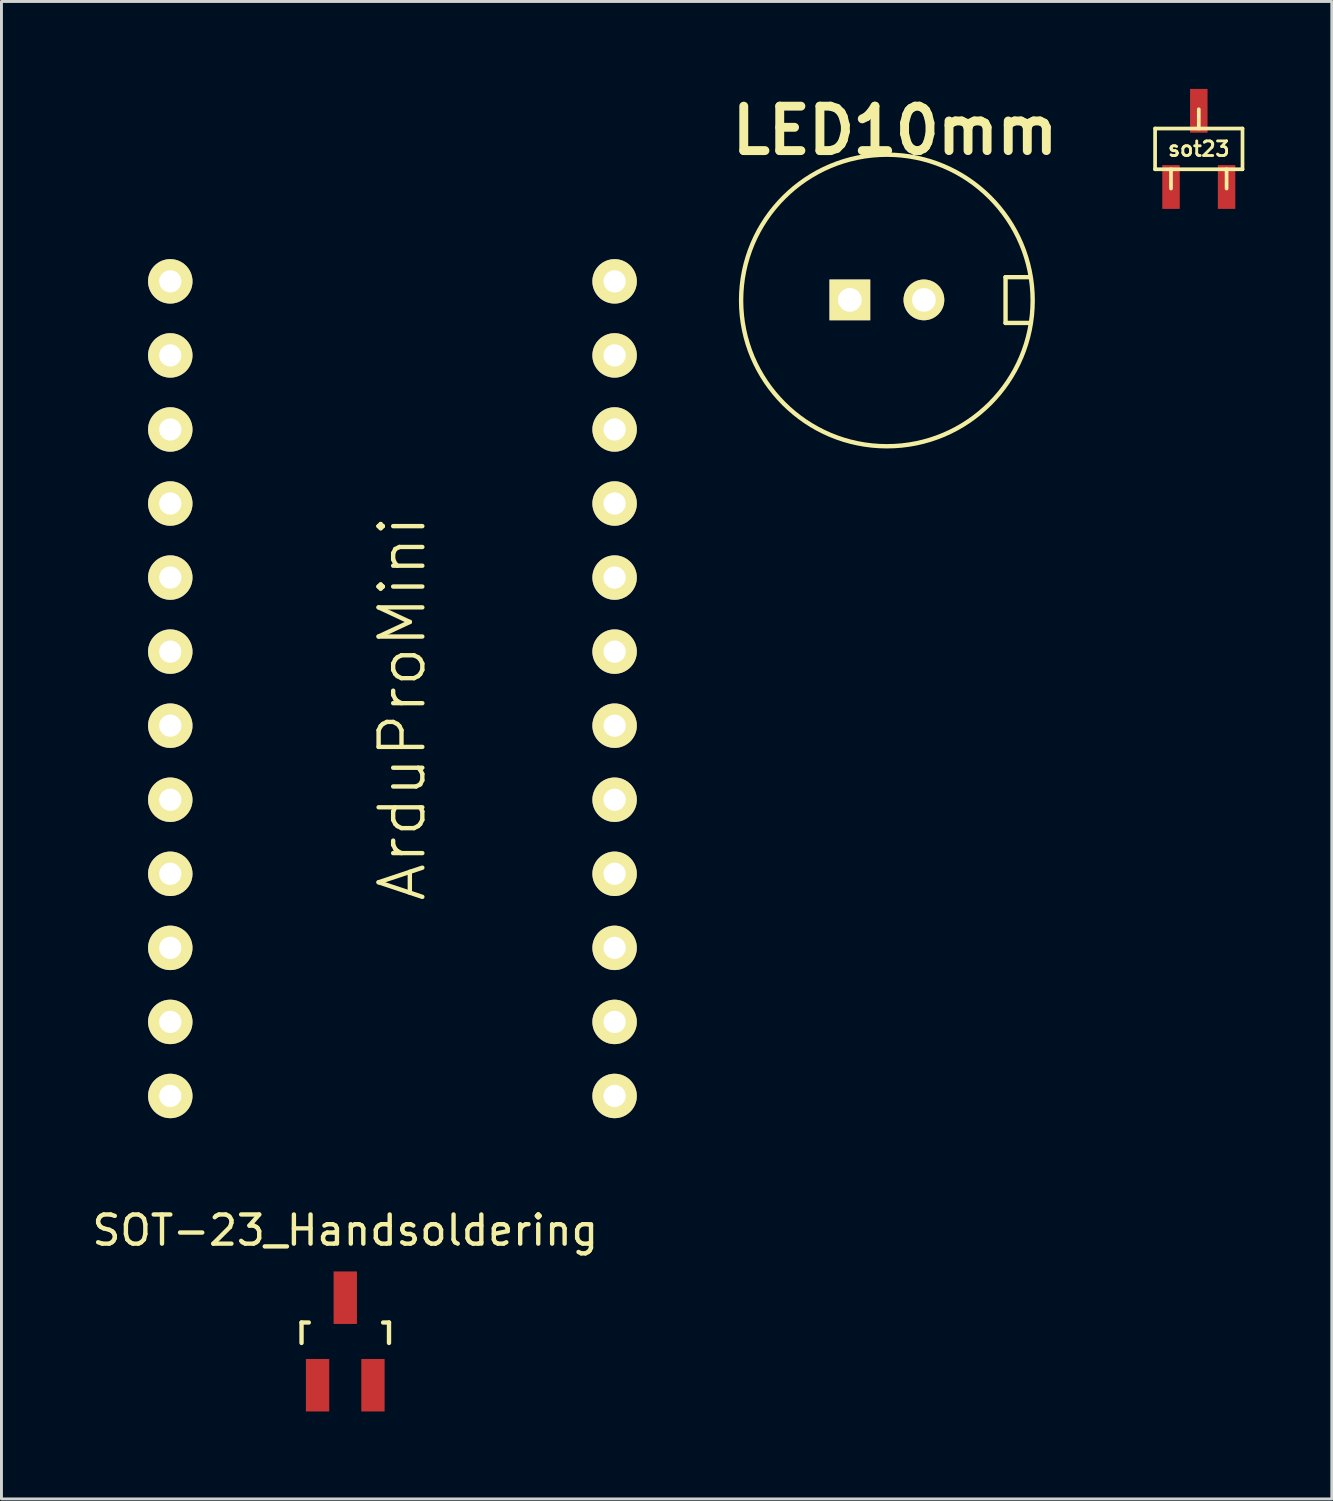
<source format=kicad_pcb>
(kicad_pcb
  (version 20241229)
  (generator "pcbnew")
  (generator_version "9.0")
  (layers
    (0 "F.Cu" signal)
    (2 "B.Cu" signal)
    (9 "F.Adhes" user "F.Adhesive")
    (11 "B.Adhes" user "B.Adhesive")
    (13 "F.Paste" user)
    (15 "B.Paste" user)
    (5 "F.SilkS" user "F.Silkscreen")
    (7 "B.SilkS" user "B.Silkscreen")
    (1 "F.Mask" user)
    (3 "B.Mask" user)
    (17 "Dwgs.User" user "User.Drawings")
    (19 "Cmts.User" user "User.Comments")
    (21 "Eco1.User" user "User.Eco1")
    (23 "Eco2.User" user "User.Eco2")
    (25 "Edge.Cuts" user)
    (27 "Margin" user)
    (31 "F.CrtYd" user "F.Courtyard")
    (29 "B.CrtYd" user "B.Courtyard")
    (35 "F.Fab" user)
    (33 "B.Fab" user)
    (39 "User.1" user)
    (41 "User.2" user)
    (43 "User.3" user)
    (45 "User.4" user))
  (footprint "SOT-23_Handsoldering"
    (layer "F.Cu")
    (at 8.792 42.96)
    (property "Reference" "SOT-23_Handsoldering" (at 0 -3.81 0) (layer "F.SilkS") (effects (font (size 1 1) (thickness 0.15))))
    (attr smd)
    (fp_line (start -1.5 -0.65) (end -1.251 -0.65) (stroke (width 0.15) (type solid)) (layer "F.SilkS"))
    (fp_line (start -1.5 0.051) (end -1.5 -0.65) (stroke (width 0.15) (type solid)) (layer "F.SilkS"))
    (fp_line (start 1.299 -0.65) (end 1.5 -0.65) (stroke (width 0.15) (type solid)) (layer "F.SilkS"))
    (fp_line (start 1.5 -0.65) (end 1.5 0.051) (stroke (width 0.15) (type solid)) (layer "F.SilkS"))
    (pad "1" smd rect (at -0.95 1.501) (size 0.8 1.801) (layers "F.Cu" "F.Mask" "F.Paste"))
    (pad "2" smd rect (at 0.95 1.501) (size 0.8 1.801) (layers "F.Cu" "F.Mask" "F.Paste"))
    (pad "3" smd rect (at 0 -1.501) (size 0.8 1.801) (layers "F.Cu" "F.Mask" "F.Paste")))
  (footprint "LED10mm"
    (layer "F.Cu")
    (at 27.369 7.236)
    (property "Reference" "LED10mm" (at 0.28 -5.81 0) (layer "F.SilkS") (effects (font (size 1.524 1.524) (thickness 0.305))))
    (fp_line (start 4.07 -0.78) (end 4.07 0.79) (stroke (width 0.15) (type solid)) (layer "F.SilkS"))
    (fp_line (start 4.07 0.79) (end 4.93 0.79) (stroke (width 0.15) (type solid)) (layer "F.SilkS"))
    (fp_line (start 4.91 -0.78) (end 4.07 -0.78) (stroke (width 0.15) (type solid)) (layer "F.SilkS"))
    (fp_circle (center 0 0.02) (end 5 0.05) (stroke (width 0.15) (type solid)) (fill no) (layer "F.SilkS"))
    (pad "1" thru_hole rect (at -1.27 0) (size 1.397 1.397) (drill 0.813) (layers "*.Cu" "*.Mask" "F.SilkS"))
    (pad "2" thru_hole circle (at 1.27 0) (size 1.397 1.397) (drill 0.813) (layers "*.Cu" "*.Mask" "F.SilkS")))
  (footprint "sot23"
    (layer "F.Cu")
    (at 38.067 2.057)
    (property "Reference" "sot23" (at 0 0 0) (layer "F.SilkS") (effects (font (size 0.5 0.5) (thickness 0.099))))
    (attr smd)
    (fp_line (start -1.499 -0.699) (end 1.499 -0.699) (stroke (width 0.127) (type solid)) (layer "F.SilkS"))
    (fp_line (start -1.499 0.699) (end -1.499 -0.699) (stroke (width 0.127) (type solid)) (layer "F.SilkS"))
    (fp_line (start -0.953 0.699) (end -0.953 1.359) (stroke (width 0.127) (type solid)) (layer "F.SilkS"))
    (fp_line (start 0 -0.699) (end 0 -1.359) (stroke (width 0.127) (type solid)) (layer "F.SilkS"))
    (fp_line (start 0.953 0.699) (end 0.953 1.359) (stroke (width 0.127) (type solid)) (layer "F.SilkS"))
    (fp_line (start 1.499 -0.699) (end 1.499 0.699) (stroke (width 0.127) (type solid)) (layer "F.SilkS"))
    (fp_line (start 1.499 0.699) (end -1.499 0.699) (stroke (width 0.127) (type solid)) (layer "F.SilkS"))
    (pad "1" smd rect (at 0.953 1.307) (size 0.599 1.501) (layers "F.Cu" "F.Mask" "F.Paste"))
    (pad "2" smd rect (at -0.953 1.307) (size 0.599 1.501) (layers "F.Cu" "F.Mask" "F.Paste"))
    (pad "3" smd rect (at 0 -1.307) (size 0.599 1.501) (layers "F.Cu" "F.Mask" "F.Paste")))
  (footprint "ArduProMini"
    (layer "F.Cu")
    (at 0.25 0.25)
    (property "Reference" "ArduProMini" (at 10.499 20.996 90) (layer "F.SilkS") (effects (font (size 1.5 1.5) (thickness 0.15))))
    (attr through_hole)
    (pad "7" thru_hole circle (at 2.54 6.35) (size 1.524 1.524) (drill 0.762) (layers "*.Cu" "*.Mask" "F.SilkS"))
    (pad "8" thru_hole circle (at 2.54 8.89) (size 1.524 1.524) (drill 0.762) (layers "*.Cu" "*.Mask" "F.SilkS"))
    (pad "9" thru_hole circle (at 2.54 11.43) (size 1.524 1.524) (drill 0.762) (layers "*.Cu" "*.Mask" "F.SilkS"))
    (pad "10" thru_hole circle (at 2.54 13.97) (size 1.524 1.524) (drill 0.762) (layers "*.Cu" "*.Mask" "F.SilkS"))
    (pad "11" thru_hole circle (at 2.54 16.51) (size 1.524 1.524) (drill 0.762) (layers "*.Cu" "*.Mask" "F.SilkS"))
    (pad "12" thru_hole circle (at 2.54 19.05) (size 1.524 1.524) (drill 0.762) (layers "*.Cu" "*.Mask" "F.SilkS"))
    (pad "13" thru_hole circle (at 2.54 21.59) (size 1.524 1.524) (drill 0.762) (layers "*.Cu" "*.Mask" "F.SilkS"))
    (pad "14" thru_hole circle (at 2.54 24.13) (size 1.524 1.524) (drill 0.762) (layers "*.Cu" "*.Mask" "F.SilkS"))
    (pad "15" thru_hole circle (at 2.54 26.67) (size 1.524 1.524) (drill 0.762) (layers "*.Cu" "*.Mask" "F.SilkS"))
    (pad "16" thru_hole circle (at 2.54 29.21) (size 1.524 1.524) (drill 0.762) (layers "*.Cu" "*.Mask" "F.SilkS"))
    (pad "17" thru_hole circle (at 2.54 31.75) (size 1.524 1.524) (drill 0.762) (layers "*.Cu" "*.Mask" "F.SilkS"))
    (pad "18" thru_hole circle (at 2.54 34.29) (size 1.524 1.524) (drill 0.762) (layers "*.Cu" "*.Mask" "F.SilkS"))
    (pad "19" thru_hole circle (at 17.78 6.35) (size 1.524 1.524) (drill 0.762) (layers "*.Cu" "*.Mask" "F.SilkS"))
    (pad "20" thru_hole circle (at 17.78 8.89) (size 1.524 1.524) (drill 0.762) (layers "*.Cu" "*.Mask" "F.SilkS"))
    (pad "21" thru_hole circle (at 17.78 11.43) (size 1.524 1.524) (drill 0.762) (layers "*.Cu" "*.Mask" "F.SilkS"))
    (pad "22" thru_hole circle (at 17.78 13.97) (size 1.524 1.524) (drill 0.762) (layers "*.Cu" "*.Mask" "F.SilkS"))
    (pad "23" thru_hole circle (at 17.78 16.51) (size 1.524 1.524) (drill 0.762) (layers "*.Cu" "*.Mask" "F.SilkS"))
    (pad "24" thru_hole circle (at 17.78 19.05) (size 1.524 1.524) (drill 0.762) (layers "*.Cu" "*.Mask" "F.SilkS"))
    (pad "25" thru_hole circle (at 17.78 21.59) (size 1.524 1.524) (drill 0.762) (layers "*.Cu" "*.Mask" "F.SilkS"))
    (pad "26" thru_hole circle (at 17.78 24.13) (size 1.524 1.524) (drill 0.762) (layers "*.Cu" "*.Mask" "F.SilkS"))
    (pad "27" thru_hole circle (at 17.78 26.67) (size 1.524 1.524) (drill 0.762) (layers "*.Cu" "*.Mask" "F.SilkS"))
    (pad "28" thru_hole circle (at 17.78 29.21) (size 1.524 1.524) (drill 0.762) (layers "*.Cu" "*.Mask" "F.SilkS"))
    (pad "29" thru_hole circle (at 17.78 31.75) (size 1.524 1.524) (drill 0.762) (layers "*.Cu" "*.Mask" "F.SilkS"))
    (pad "30" thru_hole circle (at 17.78 34.29) (size 1.524 1.524) (drill 0.762) (layers "*.Cu" "*.Mask" "F.SilkS")))
  (gr_rect
    (start -3 -3)
    (end 42.629 48.362)
    (stroke (width 0.1) (type default))
    (fill no)
    (layer "Edge.Cuts")))
</source>
